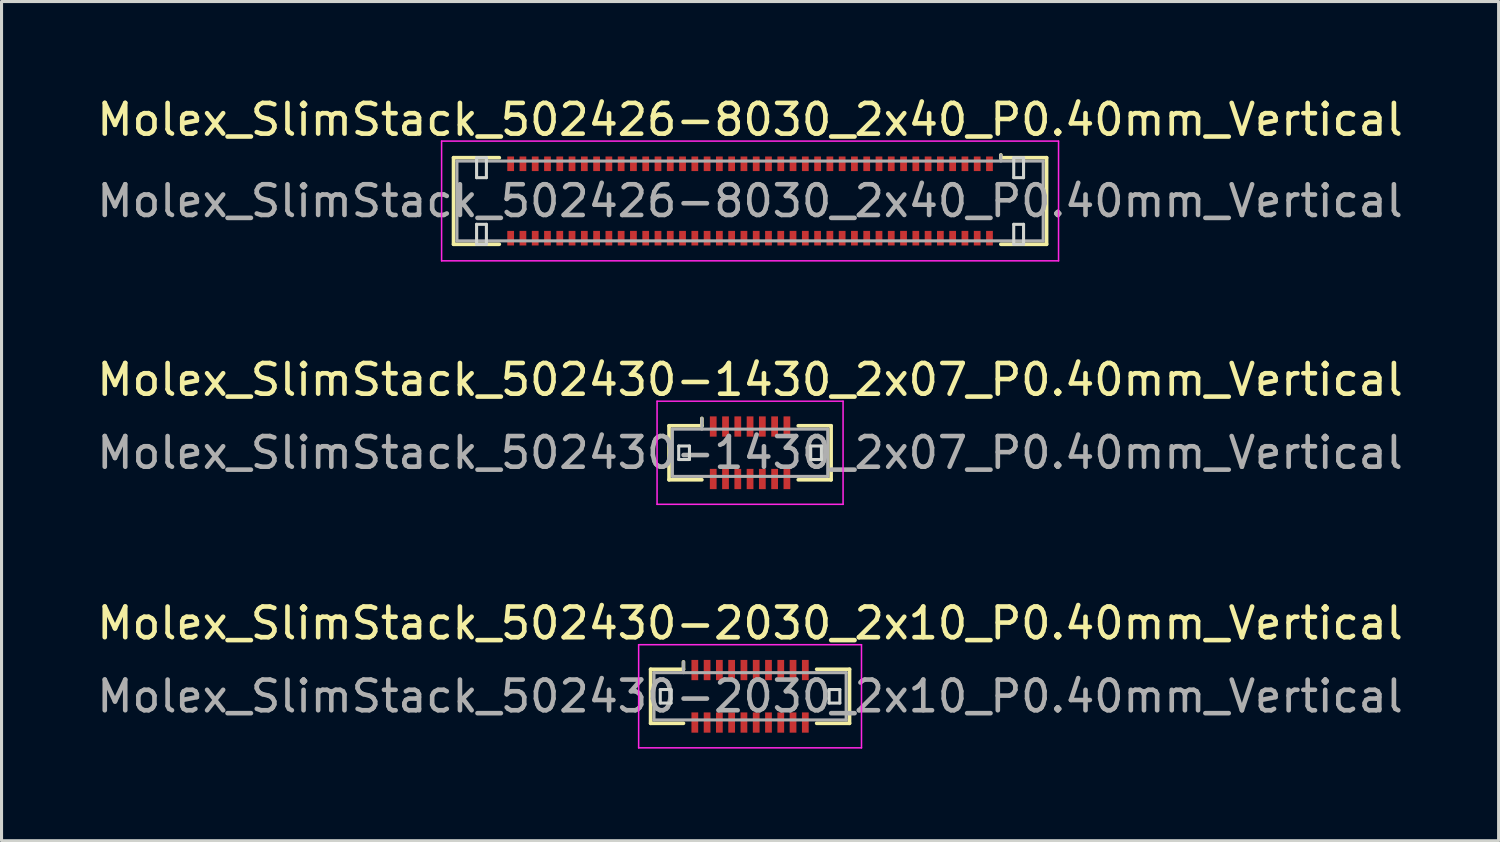
<source format=kicad_pcb>
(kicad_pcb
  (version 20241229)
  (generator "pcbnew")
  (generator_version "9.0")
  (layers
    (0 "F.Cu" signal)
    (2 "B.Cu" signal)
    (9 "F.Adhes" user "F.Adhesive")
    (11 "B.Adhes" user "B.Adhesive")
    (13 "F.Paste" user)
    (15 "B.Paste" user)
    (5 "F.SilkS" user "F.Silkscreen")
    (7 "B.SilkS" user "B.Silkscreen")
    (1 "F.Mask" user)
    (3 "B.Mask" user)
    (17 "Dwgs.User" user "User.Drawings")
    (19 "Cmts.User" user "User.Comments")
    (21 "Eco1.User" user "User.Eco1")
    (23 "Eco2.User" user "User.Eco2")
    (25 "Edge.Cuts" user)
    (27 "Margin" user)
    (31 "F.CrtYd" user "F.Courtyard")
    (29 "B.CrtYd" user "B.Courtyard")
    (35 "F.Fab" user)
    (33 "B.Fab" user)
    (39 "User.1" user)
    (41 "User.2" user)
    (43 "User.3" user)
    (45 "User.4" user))
  (footprint "Molex_SlimStack_502430-2030_2x10_P0.40mm_Vertical"
    (layer "F.Cu")
    (at 21.387 19.635)
    (property "Reference" "Molex_SlimStack_502430-2030_2x10_P0.40mm_Vertical" (at 0 -2.38 0) (layer "F.SilkS") (effects (font (size 1 1) (thickness 0.15))))
    (attr smd)
    (fp_line (start -3.24 -0.88) (end -2.17 -0.88) (stroke (width 0.12) (type solid)) (layer "F.SilkS"))
    (fp_line (start -3.24 0.88) (end -3.24 -0.88) (stroke (width 0.12) (type solid)) (layer "F.SilkS"))
    (fp_line (start -2.17 -0.88) (end -2.17 -1.12) (stroke (width 0.12) (type solid)) (layer "F.SilkS"))
    (fp_line (start -2.17 0.88) (end -3.24 0.88) (stroke (width 0.12) (type solid)) (layer "F.SilkS"))
    (fp_line (start 2.17 0.88) (end 3.24 0.88) (stroke (width 0.12) (type solid)) (layer "F.SilkS"))
    (fp_line (start 3.24 -0.88) (end 2.17 -0.88) (stroke (width 0.12) (type solid)) (layer "F.SilkS"))
    (fp_line (start 3.24 0.88) (end 3.24 -0.88) (stroke (width 0.12) (type solid)) (layer "F.SilkS"))
    (fp_line (start -2.925 -0.22) (end -2.925 0.22) (stroke (width 0.1) (type solid)) (layer "Edge.Cuts"))
    (fp_line (start -2.925 0.22) (end -2.575 0.22) (stroke (width 0.1) (type solid)) (layer "Edge.Cuts"))
    (fp_line (start -2.575 -0.22) (end -2.925 -0.22) (stroke (width 0.1) (type solid)) (layer "Edge.Cuts"))
    (fp_line (start -2.575 0.22) (end -2.575 -0.22) (stroke (width 0.1) (type solid)) (layer "Edge.Cuts"))
    (fp_line (start 2.575 -0.22) (end 2.575 0.22) (stroke (width 0.1) (type solid)) (layer "Edge.Cuts"))
    (fp_line (start 2.575 0.22) (end 2.925 0.22) (stroke (width 0.1) (type solid)) (layer "Edge.Cuts"))
    (fp_line (start 2.925 -0.22) (end 2.575 -0.22) (stroke (width 0.1) (type solid)) (layer "Edge.Cuts"))
    (fp_line (start 2.925 0.22) (end 2.925 -0.22) (stroke (width 0.1) (type solid)) (layer "Edge.Cuts"))
    (fp_line (start -3.63 -1.68) (end -3.63 1.68) (stroke (width 0.05) (type solid)) (layer "F.CrtYd"))
    (fp_line (start -3.63 1.68) (end 3.63 1.68) (stroke (width 0.05) (type solid)) (layer "F.CrtYd"))
    (fp_line (start 3.63 -1.68) (end -3.63 -1.68) (stroke (width 0.05) (type solid)) (layer "F.CrtYd"))
    (fp_line (start 3.63 1.68) (end 3.63 -1.68) (stroke (width 0.05) (type solid)) (layer "F.CrtYd"))
    (fp_line (start -3.13 -0.77) (end -3.13 0.77) (stroke (width 0.1) (type solid)) (layer "F.Fab"))
    (fp_line (start -3.13 0.77) (end 3.13 0.77) (stroke (width 0.1) (type solid)) (layer "F.Fab"))
    (fp_line (start -2.17 -0.77) (end -2.17 -1.12) (stroke (width 0.1) (type solid)) (layer "F.Fab"))
    (fp_line (start 3.13 -0.77) (end -3.13 -0.77) (stroke (width 0.1) (type solid)) (layer "F.Fab"))
    (fp_line (start 3.13 0.77) (end 3.13 -0.77) (stroke (width 0.1) (type solid)) (layer "F.Fab"))
    (fp_text user "${REFERENCE}" (at 0 0 0) (layer "F.Fab") (effects (font (size 1 1) (thickness 0.15))))
    (pad "1" smd rect (at -1.8 -0.855) (size 0.22 0.66) (layers "F.Cu" "F.Mask" "F.Paste"))
    (pad "2" smd rect (at -1.8 0.855) (size 0.22 0.66) (layers "F.Cu" "F.Mask" "F.Paste"))
    (pad "3" smd rect (at -1.4 -0.855) (size 0.22 0.66) (layers "F.Cu" "F.Mask" "F.Paste"))
    (pad "4" smd rect (at -1.4 0.855) (size 0.22 0.66) (layers "F.Cu" "F.Mask" "F.Paste"))
    (pad "5" smd rect (at -1 -0.855) (size 0.22 0.66) (layers "F.Cu" "F.Mask" "F.Paste"))
    (pad "6" smd rect (at -1 0.855) (size 0.22 0.66) (layers "F.Cu" "F.Mask" "F.Paste"))
    (pad "7" smd rect (at -0.6 -0.855) (size 0.22 0.66) (layers "F.Cu" "F.Mask" "F.Paste"))
    (pad "8" smd rect (at -0.6 0.855) (size 0.22 0.66) (layers "F.Cu" "F.Mask" "F.Paste"))
    (pad "9" smd rect (at -0.2 -0.855) (size 0.22 0.66) (layers "F.Cu" "F.Mask" "F.Paste"))
    (pad "10" smd rect (at -0.2 0.855) (size 0.22 0.66) (layers "F.Cu" "F.Mask" "F.Paste"))
    (pad "11" smd rect (at 0.2 -0.855) (size 0.22 0.66) (layers "F.Cu" "F.Mask" "F.Paste"))
    (pad "12" smd rect (at 0.2 0.855) (size 0.22 0.66) (layers "F.Cu" "F.Mask" "F.Paste"))
    (pad "13" smd rect (at 0.6 -0.855) (size 0.22 0.66) (layers "F.Cu" "F.Mask" "F.Paste"))
    (pad "14" smd rect (at 0.6 0.855) (size 0.22 0.66) (layers "F.Cu" "F.Mask" "F.Paste"))
    (pad "15" smd rect (at 1 -0.855) (size 0.22 0.66) (layers "F.Cu" "F.Mask" "F.Paste"))
    (pad "16" smd rect (at 1 0.855) (size 0.22 0.66) (layers "F.Cu" "F.Mask" "F.Paste"))
    (pad "17" smd rect (at 1.4 -0.855) (size 0.22 0.66) (layers "F.Cu" "F.Mask" "F.Paste"))
    (pad "18" smd rect (at 1.4 0.855) (size 0.22 0.66) (layers "F.Cu" "F.Mask" "F.Paste"))
    (pad "19" smd rect (at 1.8 -0.855) (size 0.22 0.66) (layers "F.Cu" "F.Mask" "F.Paste"))
    (pad "20" smd rect (at 1.8 0.855) (size 0.22 0.66) (layers "F.Cu" "F.Mask" "F.Paste")))
  (footprint "Molex_SlimStack_502426-8030_2x40_P0.40mm_Vertical"
    (layer "F.Cu")
    (at 21.387 3.498)
    (property "Reference" "Molex_SlimStack_502426-8030_2x40_P0.40mm_Vertical" (at 0 -2.65 0) (layer "F.SilkS") (effects (font (size 1 1) (thickness 0.15))))
    (attr smd)
    (fp_line (start -9.66 -1.41) (end -8.17 -1.41) (stroke (width 0.12) (type solid)) (layer "F.SilkS"))
    (fp_line (start -9.66 1.41) (end -9.66 -1.41) (stroke (width 0.12) (type solid)) (layer "F.SilkS"))
    (fp_line (start -8.17 1.41) (end -9.66 1.41) (stroke (width 0.12) (type solid)) (layer "F.SilkS"))
    (fp_line (start 8.17 -1.41) (end 8.17 -1.5) (stroke (width 0.12) (type solid)) (layer "F.SilkS"))
    (fp_line (start 8.17 1.41) (end 9.66 1.41) (stroke (width 0.12) (type solid)) (layer "F.SilkS"))
    (fp_line (start 9.66 -1.41) (end 8.17 -1.41) (stroke (width 0.12) (type solid)) (layer "F.SilkS"))
    (fp_line (start 9.66 1.41) (end 9.66 -1.41) (stroke (width 0.12) (type solid)) (layer "F.SilkS"))
    (fp_line (start -8.91 -1.41) (end -8.91 -0.76) (stroke (width 0.1) (type solid)) (layer "Edge.Cuts"))
    (fp_line (start -8.91 -0.76) (end -8.59 -0.76) (stroke (width 0.1) (type solid)) (layer "Edge.Cuts"))
    (fp_line (start -8.91 0.76) (end -8.91 1.41) (stroke (width 0.1) (type solid)) (layer "Edge.Cuts"))
    (fp_line (start -8.91 1.41) (end -8.59 1.41) (stroke (width 0.1) (type solid)) (layer "Edge.Cuts"))
    (fp_line (start -8.59 -1.41) (end -8.91 -1.41) (stroke (width 0.1) (type solid)) (layer "Edge.Cuts"))
    (fp_line (start -8.59 -0.76) (end -8.59 -1.41) (stroke (width 0.1) (type solid)) (layer "Edge.Cuts"))
    (fp_line (start -8.59 0.76) (end -8.91 0.76) (stroke (width 0.1) (type solid)) (layer "Edge.Cuts"))
    (fp_line (start -8.59 1.41) (end -8.59 0.76) (stroke (width 0.1) (type solid)) (layer "Edge.Cuts"))
    (fp_line (start 8.59 -1.41) (end 8.59 -0.76) (stroke (width 0.1) (type solid)) (layer "Edge.Cuts"))
    (fp_line (start 8.59 -0.76) (end 8.91 -0.76) (stroke (width 0.1) (type solid)) (layer "Edge.Cuts"))
    (fp_line (start 8.59 0.76) (end 8.59 1.41) (stroke (width 0.1) (type solid)) (layer "Edge.Cuts"))
    (fp_line (start 8.59 1.41) (end 8.91 1.41) (stroke (width 0.1) (type solid)) (layer "Edge.Cuts"))
    (fp_line (start 8.91 -1.41) (end 8.59 -1.41) (stroke (width 0.1) (type solid)) (layer "Edge.Cuts"))
    (fp_line (start 8.91 -0.76) (end 8.91 -1.41) (stroke (width 0.1) (type solid)) (layer "Edge.Cuts"))
    (fp_line (start 8.91 0.76) (end 8.59 0.76) (stroke (width 0.1) (type solid)) (layer "Edge.Cuts"))
    (fp_line (start 8.91 1.41) (end 8.91 0.76) (stroke (width 0.1) (type solid)) (layer "Edge.Cuts"))
    (fp_line (start -10.05 -1.95) (end -10.05 1.95) (stroke (width 0.05) (type solid)) (layer "F.CrtYd"))
    (fp_line (start -10.05 1.95) (end 10.05 1.95) (stroke (width 0.05) (type solid)) (layer "F.CrtYd"))
    (fp_line (start 10.05 -1.95) (end -10.05 -1.95) (stroke (width 0.05) (type solid)) (layer "F.CrtYd"))
    (fp_line (start 10.05 1.95) (end 10.05 -1.95) (stroke (width 0.05) (type solid)) (layer "F.CrtYd"))
    (fp_line (start -9.55 -1.3) (end -9.55 1.3) (stroke (width 0.1) (type solid)) (layer "F.Fab"))
    (fp_line (start -9.55 1.3) (end 9.55 1.3) (stroke (width 0.1) (type solid)) (layer "F.Fab"))
    (fp_line (start 8.17 -1.3) (end 8.17 -1.5) (stroke (width 0.1) (type solid)) (layer "F.Fab"))
    (fp_line (start 9.55 -1.3) (end -9.55 -1.3) (stroke (width 0.1) (type solid)) (layer "F.Fab"))
    (fp_line (start 9.55 1.3) (end 9.55 -1.3) (stroke (width 0.1) (type solid)) (layer "F.Fab"))
    (fp_text user "${REFERENCE}" (at 0 0 0) (layer "F.Fab") (effects (font (size 1 1) (thickness 0.15))))
    (pad "1" smd rect (at 7.8 -1.212) (size 0.22 0.475) (layers "F.Cu" "F.Mask" "F.Paste"))
    (pad "2" smd rect (at 7.8 1.212) (size 0.22 0.475) (layers "F.Cu" "F.Mask" "F.Paste"))
    (pad "3" smd rect (at 7.4 -1.212) (size 0.22 0.475) (layers "F.Cu" "F.Mask" "F.Paste"))
    (pad "4" smd rect (at 7.4 1.212) (size 0.22 0.475) (layers "F.Cu" "F.Mask" "F.Paste"))
    (pad "5" smd rect (at 7 -1.212) (size 0.22 0.475) (layers "F.Cu" "F.Mask" "F.Paste"))
    (pad "6" smd rect (at 7 1.212) (size 0.22 0.475) (layers "F.Cu" "F.Mask" "F.Paste"))
    (pad "7" smd rect (at 6.6 -1.212) (size 0.22 0.475) (layers "F.Cu" "F.Mask" "F.Paste"))
    (pad "8" smd rect (at 6.6 1.212) (size 0.22 0.475) (layers "F.Cu" "F.Mask" "F.Paste"))
    (pad "9" smd rect (at 6.2 -1.212) (size 0.22 0.475) (layers "F.Cu" "F.Mask" "F.Paste"))
    (pad "10" smd rect (at 6.2 1.212) (size 0.22 0.475) (layers "F.Cu" "F.Mask" "F.Paste"))
    (pad "11" smd rect (at 5.8 -1.212) (size 0.22 0.475) (layers "F.Cu" "F.Mask" "F.Paste"))
    (pad "12" smd rect (at 5.8 1.212) (size 0.22 0.475) (layers "F.Cu" "F.Mask" "F.Paste"))
    (pad "13" smd rect (at 5.4 -1.212) (size 0.22 0.475) (layers "F.Cu" "F.Mask" "F.Paste"))
    (pad "14" smd rect (at 5.4 1.212) (size 0.22 0.475) (layers "F.Cu" "F.Mask" "F.Paste"))
    (pad "15" smd rect (at 5 -1.212) (size 0.22 0.475) (layers "F.Cu" "F.Mask" "F.Paste"))
    (pad "16" smd rect (at 5 1.212) (size 0.22 0.475) (layers "F.Cu" "F.Mask" "F.Paste"))
    (pad "17" smd rect (at 4.6 -1.212) (size 0.22 0.475) (layers "F.Cu" "F.Mask" "F.Paste"))
    (pad "18" smd rect (at 4.6 1.212) (size 0.22 0.475) (layers "F.Cu" "F.Mask" "F.Paste"))
    (pad "19" smd rect (at 4.2 -1.212) (size 0.22 0.475) (layers "F.Cu" "F.Mask" "F.Paste"))
    (pad "20" smd rect (at 4.2 1.212) (size 0.22 0.475) (layers "F.Cu" "F.Mask" "F.Paste"))
    (pad "21" smd rect (at 3.8 -1.212) (size 0.22 0.475) (layers "F.Cu" "F.Mask" "F.Paste"))
    (pad "22" smd rect (at 3.8 1.212) (size 0.22 0.475) (layers "F.Cu" "F.Mask" "F.Paste"))
    (pad "23" smd rect (at 3.4 -1.212) (size 0.22 0.475) (layers "F.Cu" "F.Mask" "F.Paste"))
    (pad "24" smd rect (at 3.4 1.212) (size 0.22 0.475) (layers "F.Cu" "F.Mask" "F.Paste"))
    (pad "25" smd rect (at 3 -1.212) (size 0.22 0.475) (layers "F.Cu" "F.Mask" "F.Paste"))
    (pad "26" smd rect (at 3 1.212) (size 0.22 0.475) (layers "F.Cu" "F.Mask" "F.Paste"))
    (pad "27" smd rect (at 2.6 -1.212) (size 0.22 0.475) (layers "F.Cu" "F.Mask" "F.Paste"))
    (pad "28" smd rect (at 2.6 1.212) (size 0.22 0.475) (layers "F.Cu" "F.Mask" "F.Paste"))
    (pad "29" smd rect (at 2.2 -1.212) (size 0.22 0.475) (layers "F.Cu" "F.Mask" "F.Paste"))
    (pad "30" smd rect (at 2.2 1.212) (size 0.22 0.475) (layers "F.Cu" "F.Mask" "F.Paste"))
    (pad "31" smd rect (at 1.8 -1.212) (size 0.22 0.475) (layers "F.Cu" "F.Mask" "F.Paste"))
    (pad "32" smd rect (at 1.8 1.212) (size 0.22 0.475) (layers "F.Cu" "F.Mask" "F.Paste"))
    (pad "33" smd rect (at 1.4 -1.212) (size 0.22 0.475) (layers "F.Cu" "F.Mask" "F.Paste"))
    (pad "34" smd rect (at 1.4 1.212) (size 0.22 0.475) (layers "F.Cu" "F.Mask" "F.Paste"))
    (pad "35" smd rect (at 1 -1.212) (size 0.22 0.475) (layers "F.Cu" "F.Mask" "F.Paste"))
    (pad "36" smd rect (at 1 1.212) (size 0.22 0.475) (layers "F.Cu" "F.Mask" "F.Paste"))
    (pad "37" smd rect (at 0.6 -1.212) (size 0.22 0.475) (layers "F.Cu" "F.Mask" "F.Paste"))
    (pad "38" smd rect (at 0.6 1.212) (size 0.22 0.475) (layers "F.Cu" "F.Mask" "F.Paste"))
    (pad "39" smd rect (at 0.2 -1.212) (size 0.22 0.475) (layers "F.Cu" "F.Mask" "F.Paste"))
    (pad "40" smd rect (at 0.2 1.212) (size 0.22 0.475) (layers "F.Cu" "F.Mask" "F.Paste"))
    (pad "41" smd rect (at -0.2 -1.212) (size 0.22 0.475) (layers "F.Cu" "F.Mask" "F.Paste"))
    (pad "42" smd rect (at -0.2 1.212) (size 0.22 0.475) (layers "F.Cu" "F.Mask" "F.Paste"))
    (pad "43" smd rect (at -0.6 -1.212) (size 0.22 0.475) (layers "F.Cu" "F.Mask" "F.Paste"))
    (pad "44" smd rect (at -0.6 1.212) (size 0.22 0.475) (layers "F.Cu" "F.Mask" "F.Paste"))
    (pad "45" smd rect (at -1 -1.212) (size 0.22 0.475) (layers "F.Cu" "F.Mask" "F.Paste"))
    (pad "46" smd rect (at -1 1.212) (size 0.22 0.475) (layers "F.Cu" "F.Mask" "F.Paste"))
    (pad "47" smd rect (at -1.4 -1.212) (size 0.22 0.475) (layers "F.Cu" "F.Mask" "F.Paste"))
    (pad "48" smd rect (at -1.4 1.212) (size 0.22 0.475) (layers "F.Cu" "F.Mask" "F.Paste"))
    (pad "49" smd rect (at -1.8 -1.212) (size 0.22 0.475) (layers "F.Cu" "F.Mask" "F.Paste"))
    (pad "50" smd rect (at -1.8 1.212) (size 0.22 0.475) (layers "F.Cu" "F.Mask" "F.Paste"))
    (pad "51" smd rect (at -2.2 -1.212) (size 0.22 0.475) (layers "F.Cu" "F.Mask" "F.Paste"))
    (pad "52" smd rect (at -2.2 1.212) (size 0.22 0.475) (layers "F.Cu" "F.Mask" "F.Paste"))
    (pad "53" smd rect (at -2.6 -1.212) (size 0.22 0.475) (layers "F.Cu" "F.Mask" "F.Paste"))
    (pad "54" smd rect (at -2.6 1.212) (size 0.22 0.475) (layers "F.Cu" "F.Mask" "F.Paste"))
    (pad "55" smd rect (at -3 -1.212) (size 0.22 0.475) (layers "F.Cu" "F.Mask" "F.Paste"))
    (pad "56" smd rect (at -3 1.212) (size 0.22 0.475) (layers "F.Cu" "F.Mask" "F.Paste"))
    (pad "57" smd rect (at -3.4 -1.212) (size 0.22 0.475) (layers "F.Cu" "F.Mask" "F.Paste"))
    (pad "58" smd rect (at -3.4 1.212) (size 0.22 0.475) (layers "F.Cu" "F.Mask" "F.Paste"))
    (pad "59" smd rect (at -3.8 -1.212) (size 0.22 0.475) (layers "F.Cu" "F.Mask" "F.Paste"))
    (pad "60" smd rect (at -3.8 1.212) (size 0.22 0.475) (layers "F.Cu" "F.Mask" "F.Paste"))
    (pad "61" smd rect (at -4.2 -1.212) (size 0.22 0.475) (layers "F.Cu" "F.Mask" "F.Paste"))
    (pad "62" smd rect (at -4.2 1.212) (size 0.22 0.475) (layers "F.Cu" "F.Mask" "F.Paste"))
    (pad "63" smd rect (at -4.6 -1.212) (size 0.22 0.475) (layers "F.Cu" "F.Mask" "F.Paste"))
    (pad "64" smd rect (at -4.6 1.212) (size 0.22 0.475) (layers "F.Cu" "F.Mask" "F.Paste"))
    (pad "65" smd rect (at -5 -1.212) (size 0.22 0.475) (layers "F.Cu" "F.Mask" "F.Paste"))
    (pad "66" smd rect (at -5 1.212) (size 0.22 0.475) (layers "F.Cu" "F.Mask" "F.Paste"))
    (pad "67" smd rect (at -5.4 -1.212) (size 0.22 0.475) (layers "F.Cu" "F.Mask" "F.Paste"))
    (pad "68" smd rect (at -5.4 1.212) (size 0.22 0.475) (layers "F.Cu" "F.Mask" "F.Paste"))
    (pad "69" smd rect (at -5.8 -1.212) (size 0.22 0.475) (layers "F.Cu" "F.Mask" "F.Paste"))
    (pad "70" smd rect (at -5.8 1.212) (size 0.22 0.475) (layers "F.Cu" "F.Mask" "F.Paste"))
    (pad "71" smd rect (at -6.2 -1.212) (size 0.22 0.475) (layers "F.Cu" "F.Mask" "F.Paste"))
    (pad "72" smd rect (at -6.2 1.212) (size 0.22 0.475) (layers "F.Cu" "F.Mask" "F.Paste"))
    (pad "73" smd rect (at -6.6 -1.212) (size 0.22 0.475) (layers "F.Cu" "F.Mask" "F.Paste"))
    (pad "74" smd rect (at -6.6 1.212) (size 0.22 0.475) (layers "F.Cu" "F.Mask" "F.Paste"))
    (pad "75" smd rect (at -7 -1.212) (size 0.22 0.475) (layers "F.Cu" "F.Mask" "F.Paste"))
    (pad "76" smd rect (at -7 1.212) (size 0.22 0.475) (layers "F.Cu" "F.Mask" "F.Paste"))
    (pad "77" smd rect (at -7.4 -1.212) (size 0.22 0.475) (layers "F.Cu" "F.Mask" "F.Paste"))
    (pad "78" smd rect (at -7.4 1.212) (size 0.22 0.475) (layers "F.Cu" "F.Mask" "F.Paste"))
    (pad "79" smd rect (at -7.8 -1.212) (size 0.22 0.475) (layers "F.Cu" "F.Mask" "F.Paste"))
    (pad "80" smd rect (at -7.8 1.212) (size 0.22 0.475) (layers "F.Cu" "F.Mask" "F.Paste")))
  (footprint "Molex_SlimStack_502430-1430_2x07_P0.40mm_Vertical"
    (layer "F.Cu")
    (at 21.387 11.701)
    (property "Reference" "Molex_SlimStack_502430-1430_2x07_P0.40mm_Vertical" (at 0 -2.38 0) (layer "F.SilkS") (effects (font (size 1 1) (thickness 0.15))))
    (attr smd)
    (fp_line (start -2.64 -0.88) (end -1.57 -0.88) (stroke (width 0.12) (type solid)) (layer "F.SilkS"))
    (fp_line (start -2.64 0.88) (end -2.64 -0.88) (stroke (width 0.12) (type solid)) (layer "F.SilkS"))
    (fp_line (start -1.57 -0.88) (end -1.57 -1.12) (stroke (width 0.12) (type solid)) (layer "F.SilkS"))
    (fp_line (start -1.57 0.88) (end -2.64 0.88) (stroke (width 0.12) (type solid)) (layer "F.SilkS"))
    (fp_line (start 1.57 0.88) (end 2.64 0.88) (stroke (width 0.12) (type solid)) (layer "F.SilkS"))
    (fp_line (start 2.64 -0.88) (end 1.57 -0.88) (stroke (width 0.12) (type solid)) (layer "F.SilkS"))
    (fp_line (start 2.64 0.88) (end 2.64 -0.88) (stroke (width 0.12) (type solid)) (layer "F.SilkS"))
    (fp_line (start -2.325 -0.22) (end -2.325 0.22) (stroke (width 0.1) (type solid)) (layer "Edge.Cuts"))
    (fp_line (start -2.325 0.22) (end -1.975 0.22) (stroke (width 0.1) (type solid)) (layer "Edge.Cuts"))
    (fp_line (start -1.975 -0.22) (end -2.325 -0.22) (stroke (width 0.1) (type solid)) (layer "Edge.Cuts"))
    (fp_line (start -1.975 0.22) (end -1.975 -0.22) (stroke (width 0.1) (type solid)) (layer "Edge.Cuts"))
    (fp_line (start 1.975 -0.22) (end 1.975 0.22) (stroke (width 0.1) (type solid)) (layer "Edge.Cuts"))
    (fp_line (start 1.975 0.22) (end 2.325 0.22) (stroke (width 0.1) (type solid)) (layer "Edge.Cuts"))
    (fp_line (start 2.325 -0.22) (end 1.975 -0.22) (stroke (width 0.1) (type solid)) (layer "Edge.Cuts"))
    (fp_line (start 2.325 0.22) (end 2.325 -0.22) (stroke (width 0.1) (type solid)) (layer "Edge.Cuts"))
    (fp_line (start -3.03 -1.68) (end -3.03 1.68) (stroke (width 0.05) (type solid)) (layer "F.CrtYd"))
    (fp_line (start -3.03 1.68) (end 3.03 1.68) (stroke (width 0.05) (type solid)) (layer "F.CrtYd"))
    (fp_line (start 3.03 -1.68) (end -3.03 -1.68) (stroke (width 0.05) (type solid)) (layer "F.CrtYd"))
    (fp_line (start 3.03 1.68) (end 3.03 -1.68) (stroke (width 0.05) (type solid)) (layer "F.CrtYd"))
    (fp_line (start -2.53 -0.77) (end -2.53 0.77) (stroke (width 0.1) (type solid)) (layer "F.Fab"))
    (fp_line (start -2.53 0.77) (end 2.53 0.77) (stroke (width 0.1) (type solid)) (layer "F.Fab"))
    (fp_line (start -1.57 -0.77) (end -1.57 -1.12) (stroke (width 0.1) (type solid)) (layer "F.Fab"))
    (fp_line (start 2.53 -0.77) (end -2.53 -0.77) (stroke (width 0.1) (type solid)) (layer "F.Fab"))
    (fp_line (start 2.53 0.77) (end 2.53 -0.77) (stroke (width 0.1) (type solid)) (layer "F.Fab"))
    (fp_text user "${REFERENCE}" (at 0 0 0) (layer "F.Fab") (effects (font (size 1 1) (thickness 0.15))))
    (pad "1" smd rect (at -1.2 -0.855) (size 0.22 0.66) (layers "F.Cu" "F.Mask" "F.Paste"))
    (pad "2" smd rect (at -1.2 0.855) (size 0.22 0.66) (layers "F.Cu" "F.Mask" "F.Paste"))
    (pad "3" smd rect (at -0.8 -0.855) (size 0.22 0.66) (layers "F.Cu" "F.Mask" "F.Paste"))
    (pad "4" smd rect (at -0.8 0.855) (size 0.22 0.66) (layers "F.Cu" "F.Mask" "F.Paste"))
    (pad "5" smd rect (at -0.4 -0.855) (size 0.22 0.66) (layers "F.Cu" "F.Mask" "F.Paste"))
    (pad "6" smd rect (at -0.4 0.855) (size 0.22 0.66) (layers "F.Cu" "F.Mask" "F.Paste"))
    (pad "7" smd rect (at 0 -0.855) (size 0.22 0.66) (layers "F.Cu" "F.Mask" "F.Paste"))
    (pad "8" smd rect (at 0 0.855) (size 0.22 0.66) (layers "F.Cu" "F.Mask" "F.Paste"))
    (pad "9" smd rect (at 0.4 -0.855) (size 0.22 0.66) (layers "F.Cu" "F.Mask" "F.Paste"))
    (pad "10" smd rect (at 0.4 0.855) (size 0.22 0.66) (layers "F.Cu" "F.Mask" "F.Paste"))
    (pad "11" smd rect (at 0.8 -0.855) (size 0.22 0.66) (layers "F.Cu" "F.Mask" "F.Paste"))
    (pad "12" smd rect (at 0.8 0.855) (size 0.22 0.66) (layers "F.Cu" "F.Mask" "F.Paste"))
    (pad "13" smd rect (at 1.2 -0.855) (size 0.22 0.66) (layers "F.Cu" "F.Mask" "F.Paste"))
    (pad "14" smd rect (at 1.2 0.855) (size 0.22 0.66) (layers "F.Cu" "F.Mask" "F.Paste")))
  (gr_rect
    (start -3 -3)
    (end 45.774 24.34)
    (stroke (width 0.1) (type default))
    (fill no)
    (layer "Edge.Cuts")))
</source>
